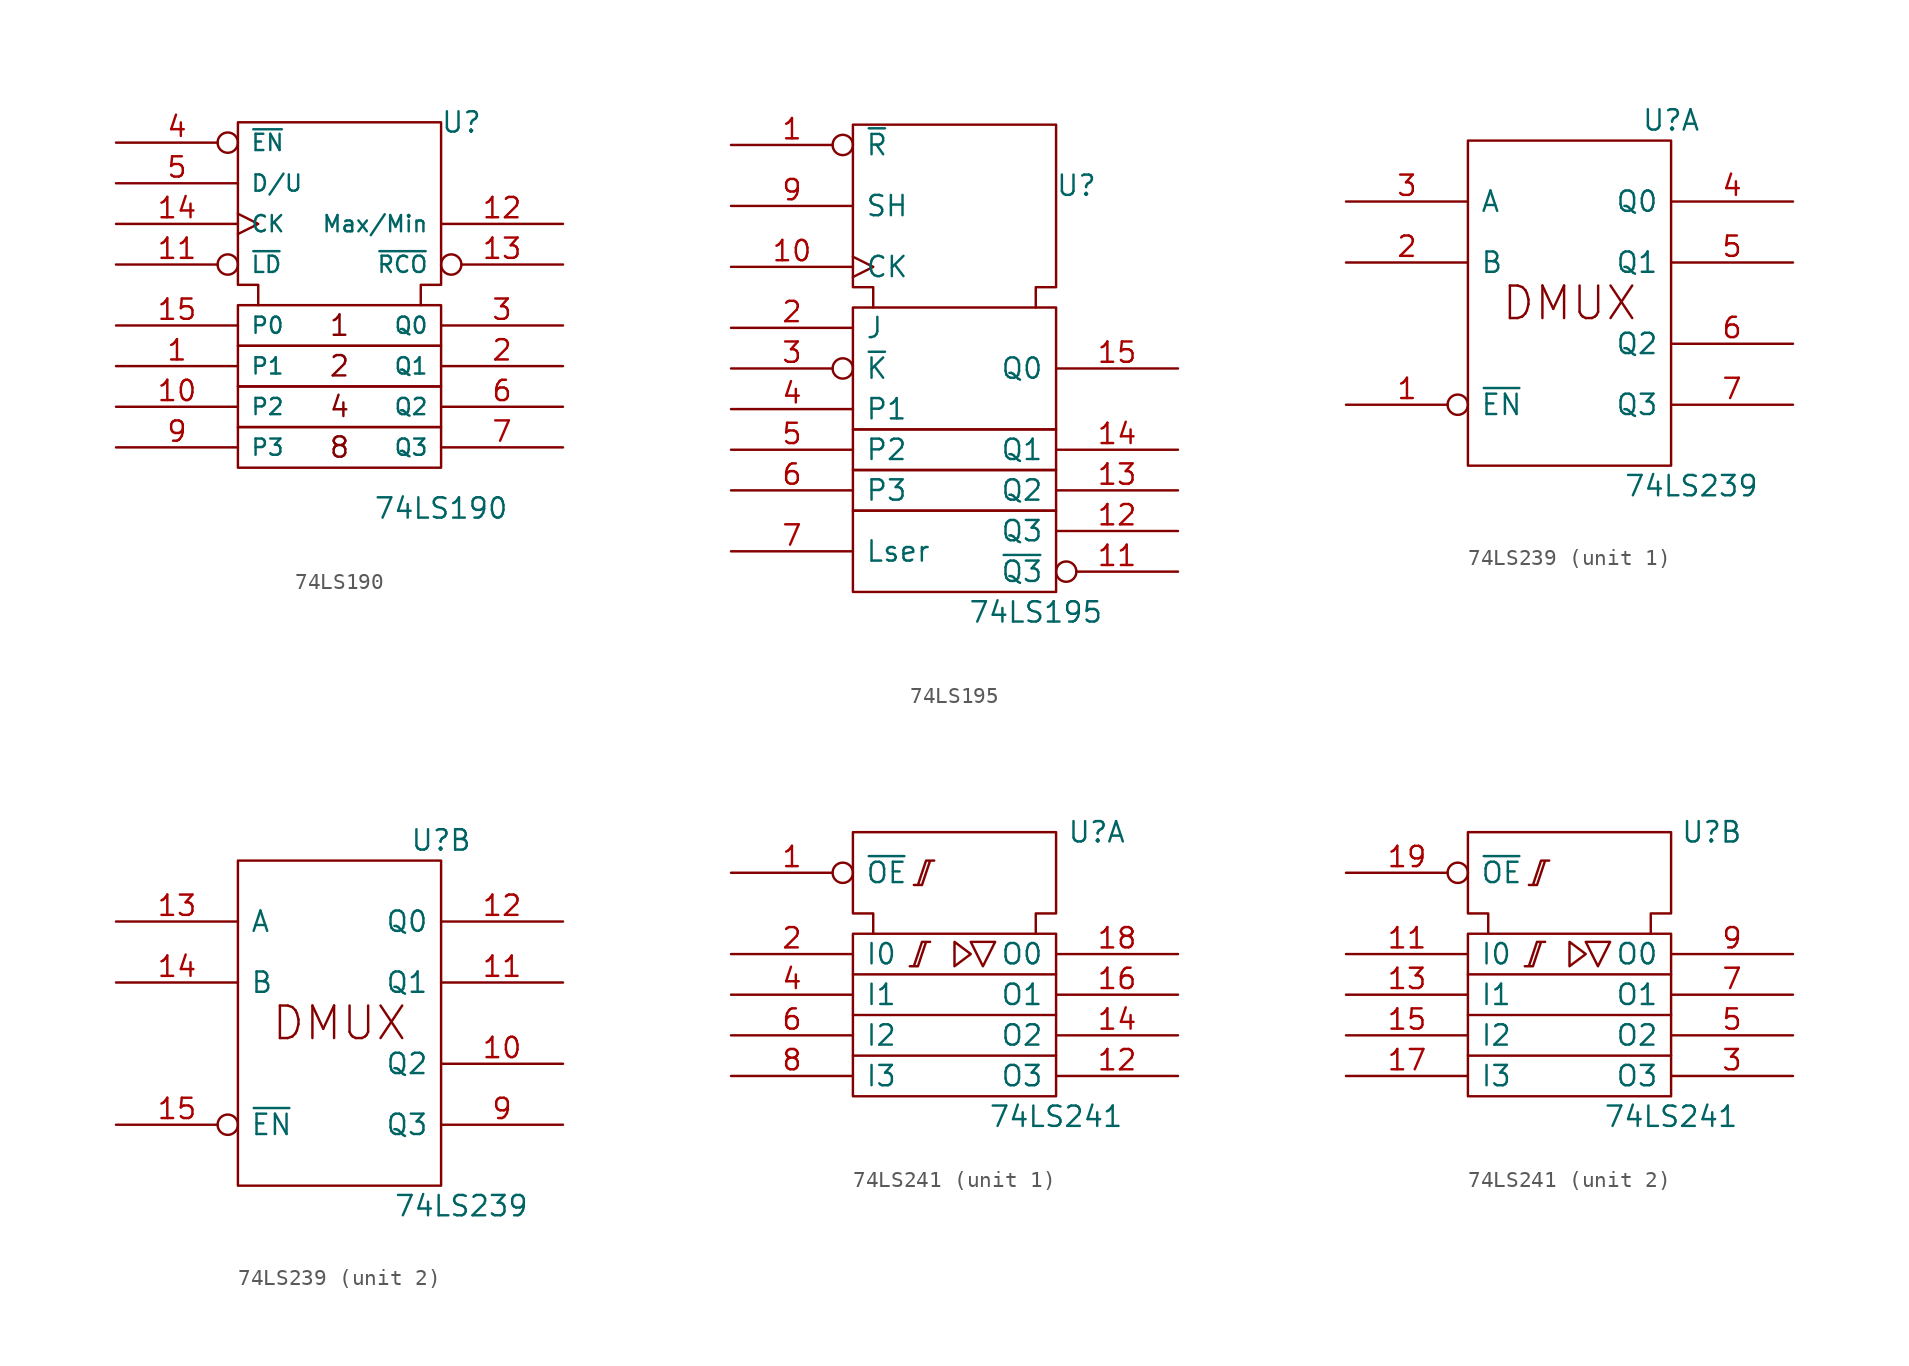
<source format=kicad_sym>
(kicad_symbol_lib
  (version 20231120)
  (generator "kicad_symbol_editor")
  (generator_version "8.0")
  (symbol "74LS190"
    (pin_names
      (offset 0.762))
    (property "Reference" "U"
      (at 7.62 11.43 0)
      (effects (font (size 1.27 1.27))))
    (property "Value" "74LS190"
      (at 6.35 -12.7 0)
      (effects (font (size 1.27 1.27))))
    (symbol "74LS190_0_0"
      (rectangle (start -6.35 -7.62) (end 6.35 -10.16) (stroke (width 0) (type default)) (fill (type none)))
      (rectangle (start -6.35 -5.08) (end 6.35 -7.62) (stroke (width 0) (type default)) (fill (type none)))
      (rectangle (start -6.35 -2.54) (end 6.35 -5.08) (stroke (width 0) (type default)) (fill (type none)))
      (rectangle (start -6.35 0) (end 6.35 -2.54) (stroke (width 0) (type default)) (fill (type none)))
      (polyline (pts (xy -5.08 0) (xy -5.08 1.27) (xy -6.35 1.27) (xy -6.35 11.43) (xy 6.35 11.43) (xy 6.35 1.27) (xy 5.08 1.27) (xy 5.08 0) (xy 5.08 0)) (stroke (width 0) (type default)) (fill (type none)))
      (text "1" (at 0 -1.27 0) (effects (font (size 1.27 1.27))))
      (text "2" (at 0 -3.81 0) (effects (font (size 1.27 1.27))))
      (text "4" (at 0 -6.35 0) (effects (font (size 1.27 1.27))))
      (text "8" (at 0 -8.89 0) (effects (font (size 1.27 1.27))))
      (pin power_in line (at 3.81 11.43 270) (length 0) hide (name "VCC" (effects (font (size 1.016 1.016)))) (number "16" (effects (font (size 1.27 1.27)))))
      (pin power_in line (at 1.27 11.43 270) (length 0) hide (name "GND" (effects (font (size 1.016 1.016)))) (number "8" (effects (font (size 1.27 1.27))))))
    (symbol "74LS190_1_1"
      (pin input line (at -13.97 -3.81 0) (length 7.62) (name "P1" (effects (font (size 1.016 1.016)))) (number "1" (effects (font (size 1.27 1.27)))))
      (pin input line (at -13.97 -6.35 0) (length 7.62) (name "P2" (effects (font (size 1.016 1.016)))) (number "10" (effects (font (size 1.27 1.27)))))
      (pin input inverted (at -13.97 2.54 0) (length 7.62) (name "~{LD}" (effects (font (size 1.016 1.016)))) (number "11" (effects (font (size 1.27 1.27)))))
      (pin output line (at 13.97 5.08 180) (length 7.62) (name "Max/Min" (effects (font (size 1.016 1.016)))) (number "12" (effects (font (size 1.27 1.27)))))
      (pin output inverted (at 13.97 2.54 180) (length 7.62) (name "~{RCO}" (effects (font (size 1.016 1.016)))) (number "13" (effects (font (size 1.27 1.27)))))
      (pin input clock (at -13.97 5.08 0) (length 7.62) (name "CK" (effects (font (size 1.016 1.016)))) (number "14" (effects (font (size 1.27 1.27)))))
      (pin input line (at -13.97 -1.27 0) (length 7.62) (name "P0" (effects (font (size 1.016 1.016)))) (number "15" (effects (font (size 1.27 1.27)))))
      (pin output line (at 13.97 -3.81 180) (length 7.62) (name "Q1" (effects (font (size 1.016 1.016)))) (number "2" (effects (font (size 1.27 1.27)))))
      (pin output line (at 13.97 -1.27 180) (length 7.62) (name "Q0" (effects (font (size 1.016 1.016)))) (number "3" (effects (font (size 1.27 1.27)))))
      (pin input inverted (at -13.97 10.16 0) (length 7.62) (name "~{EN}" (effects (font (size 1.016 1.016)))) (number "4" (effects (font (size 1.27 1.27)))))
      (pin input line (at -13.97 7.62 0) (length 7.62) (name "D/U" (effects (font (size 1.016 1.016)))) (number "5" (effects (font (size 1.27 1.27)))))
      (pin output line (at 13.97 -6.35 180) (length 7.62) (name "Q2" (effects (font (size 1.016 1.016)))) (number "6" (effects (font (size 1.27 1.27)))))
      (pin output line (at 13.97 -8.89 180) (length 7.62) (name "Q3" (effects (font (size 1.016 1.016)))) (number "7" (effects (font (size 1.27 1.27)))))
      (pin input line (at -13.97 -8.89 0) (length 7.62) (name "P3" (effects (font (size 1.016 1.016)))) (number "9" (effects (font (size 1.27 1.27)))))))
  (symbol "74LS195"
    (pin_names
      (offset 0.762))
    (property "Reference" "U"
      (at 7.62 8.89 0)
      (effects (font (size 1.27 1.27))))
    (property "Value" "74LS195"
      (at 5.08 -17.78 0)
      (effects (font (size 1.27 1.27))))
    (symbol "74LS195_0_0"
      (rectangle (start -6.35 -11.43) (end 6.35 -16.51) (stroke (width 0) (type default)) (fill (type none)))
      (rectangle (start -6.35 -8.89) (end 6.35 -11.43) (stroke (width 0) (type default)) (fill (type none)))
      (rectangle (start -6.35 -6.35) (end 6.35 -8.89) (stroke (width 0) (type default)) (fill (type none)))
      (rectangle (start -6.35 1.27) (end 6.35 -6.35) (stroke (width 0) (type default)) (fill (type none)))
      (polyline (pts (xy -5.08 1.27) (xy -5.08 2.54) (xy -6.35 2.54) (xy -6.35 12.7) (xy 6.35 12.7) (xy 6.35 2.54) (xy 5.08 2.54) (xy 5.08 1.27) (xy 5.08 1.27)) (stroke (width 0) (type default)) (fill (type none)))
      (pin power_in line (at -13.97 -13.97 0) (length 7.62) (name "Lser" (effects (font (size 1.27 1.27)))) (number "7" (effects (font (size 1.27 1.27)))))
      (pin power_in line (at 0 12.7 270) (length 0) hide (name "GND" (effects (font (size 1.27 1.27)))) (number "8" (effects (font (size 1.27 1.27))))))
    (symbol "74LS195_0_1"
      (pin power_in line (at 3.81 12.7 270) (length 0) hide (name "Vdd" (effects (font (size 1.27 1.27)))) (number "16" (effects (font (size 1.27 1.27))))))
    (symbol "74LS195_1_1"
      (pin input inverted (at -13.97 11.43 0) (length 7.62) (name "~{R}" (effects (font (size 1.27 1.27)))) (number "1" (effects (font (size 1.27 1.27)))))
      (pin input clock (at -13.97 3.81 0) (length 7.62) (name "CK" (effects (font (size 1.27 1.27)))) (number "10" (effects (font (size 1.27 1.27)))))
      (pin input inverted (at 13.97 -15.24 180) (length 7.62) (name "~{Q3}" (effects (font (size 1.27 1.27)))) (number "11" (effects (font (size 1.27 1.27)))))
      (pin output line (at 13.97 -12.7 180) (length 7.62) (name "Q3" (effects (font (size 1.27 1.27)))) (number "12" (effects (font (size 1.27 1.27)))))
      (pin output line (at 13.97 -10.16 180) (length 7.62) (name "Q2" (effects (font (size 1.27 1.27)))) (number "13" (effects (font (size 1.27 1.27)))))
      (pin output line (at 13.97 -7.62 180) (length 7.62) (name "Q1" (effects (font (size 1.27 1.27)))) (number "14" (effects (font (size 1.27 1.27)))))
      (pin output line (at 13.97 -2.54 180) (length 7.62) (name "Q0" (effects (font (size 1.27 1.27)))) (number "15" (effects (font (size 1.27 1.27)))))
      (pin input line (at -13.97 0 0) (length 7.62) (name "J" (effects (font (size 1.27 1.27)))) (number "2" (effects (font (size 1.27 1.27)))))
      (pin input inverted (at -13.97 -2.54 0) (length 7.62) (name "~{K}" (effects (font (size 1.27 1.27)))) (number "3" (effects (font (size 1.27 1.27)))))
      (pin input line (at -13.97 -5.08 0) (length 7.62) (name "P1" (effects (font (size 1.27 1.27)))) (number "4" (effects (font (size 1.27 1.27)))))
      (pin input line (at -13.97 -7.62 0) (length 7.62) (name "P2" (effects (font (size 1.27 1.27)))) (number "5" (effects (font (size 1.27 1.27)))))
      (pin input line (at -13.97 -10.16 0) (length 7.62) (name "P3" (effects (font (size 1.27 1.27)))) (number "6" (effects (font (size 1.27 1.27)))))
      (pin input line (at -13.97 7.62 0) (length 7.62) (name "SH" (effects (font (size 1.27 1.27)))) (number "9" (effects (font (size 1.27 1.27)))))))
  (symbol "74LS239"
    (pin_names
      (offset 0.762))
    (property "Reference" "U"
      (at 6.35 11.43 0)
      (effects (font (size 1.27 1.27))))
    (property "Value" "74LS239"
      (at 7.62 -11.43 0)
      (effects (font (size 1.27 1.27))))
    (symbol "74LS239_0_0"
      (rectangle (start -6.35 10.16) (end 6.35 -10.16) (stroke (width 0) (type default)) (fill (type none)))
      (text "DMUX" (at 0 0 0) (effects (font (size 2.032 2.032))))
      (pin power_in line (at 0 10.16 270) (length 0) hide (name "VCC" (effects (font (size 1.27 1.27)))) (number "16" (effects (font (size 1.27 1.27)))))
      (pin power_in line (at 0 -10.16 90) (length 0) hide (name "GND" (effects (font (size 1.27 1.27)))) (number "8" (effects (font (size 1.27 1.27))))))
    (symbol "74LS239_1_1"
      (pin input inverted (at -13.97 -6.35 0) (length 7.62) (name "~{EN}" (effects (font (size 1.27 1.27)))) (number "1" (effects (font (size 1.27 1.27)))))
      (pin input line (at -13.97 2.54 0) (length 7.62) (name "B" (effects (font (size 1.27 1.27)))) (number "2" (effects (font (size 1.27 1.27)))))
      (pin input line (at -13.97 6.35 0) (length 7.62) (name "A" (effects (font (size 1.27 1.27)))) (number "3" (effects (font (size 1.27 1.27)))))
      (pin output line (at 13.97 6.35 180) (length 7.62) (name "Q0" (effects (font (size 1.27 1.27)))) (number "4" (effects (font (size 1.27 1.27)))))
      (pin output line (at 13.97 2.54 180) (length 7.62) (name "Q1" (effects (font (size 1.27 1.27)))) (number "5" (effects (font (size 1.27 1.27)))))
      (pin output line (at 13.97 -2.54 180) (length 7.62) (name "Q2" (effects (font (size 1.27 1.27)))) (number "6" (effects (font (size 1.27 1.27)))))
      (pin output line (at 13.97 -6.35 180) (length 7.62) (name "Q3" (effects (font (size 1.27 1.27)))) (number "7" (effects (font (size 1.27 1.27))))))
    (symbol "74LS239_2_1"
      (pin output line (at 13.97 -2.54 180) (length 7.62) (name "Q2" (effects (font (size 1.27 1.27)))) (number "10" (effects (font (size 1.27 1.27)))))
      (pin output line (at 13.97 2.54 180) (length 7.62) (name "Q1" (effects (font (size 1.27 1.27)))) (number "11" (effects (font (size 1.27 1.27)))))
      (pin output line (at 13.97 6.35 180) (length 7.62) (name "Q0" (effects (font (size 1.27 1.27)))) (number "12" (effects (font (size 1.27 1.27)))))
      (pin input line (at -13.97 6.35 0) (length 7.62) (name "A" (effects (font (size 1.27 1.27)))) (number "13" (effects (font (size 1.27 1.27)))))
      (pin input line (at -13.97 2.54 0) (length 7.62) (name "B" (effects (font (size 1.27 1.27)))) (number "14" (effects (font (size 1.27 1.27)))))
      (pin input inverted (at -13.97 -6.35 0) (length 7.62) (name "~{EN}" (effects (font (size 1.27 1.27)))) (number "15" (effects (font (size 1.27 1.27)))))
      (pin output line (at 13.97 -6.35 180) (length 7.62) (name "Q3" (effects (font (size 1.27 1.27)))) (number "9" (effects (font (size 1.27 1.27)))))))
  (symbol "74LS241"
    (pin_names
      (offset 0.762))
    (property "Reference" "U"
      (at 8.89 10.16 0)
      (effects (font (size 1.27 1.27))))
    (property "Value" "74LS241"
      (at 6.35 -7.62 0)
      (effects (font (size 1.27 1.27))))
    (symbol "74LS241_0_0"
      (polyline (pts (xy 1.016 3.302) (xy 2.54 3.302) (xy 1.778 1.778) (xy 1.016 3.302) (xy 1.016 3.302)) (stroke (width 0) (type default)) (fill (type none)))
      (pin power_in line (at 1.27 10.16 270) (length 0) hide (name "GND" (effects (font (size 1.27 1.27)))) (number "10" (effects (font (size 1.27 1.27)))))
      (pin power_in line (at 5.08 10.16 270) (length 0) hide (name "VCC" (effects (font (size 1.27 1.27)))) (number "20" (effects (font (size 1.27 1.27))))))
    (symbol "74LS241_0_1"
      (rectangle (start -6.35 3.81) (end 6.35 -6.35) (stroke (width 0) (type default)) (fill (type none)))
      (polyline (pts (xy -6.35 -1.27) (xy 6.35 -1.27) (xy 6.35 -1.27)) (stroke (width 0) (type default)) (fill (type none)))
      (polyline (pts (xy 6.35 -3.81) (xy -6.35 -3.81) (xy -6.35 -3.81)) (stroke (width 0) (type default)) (fill (type none)))
      (polyline (pts (xy 6.35 1.27) (xy -6.35 1.27) (xy -6.35 1.27)) (stroke (width 0) (type default)) (fill (type none)))
      (polyline (pts (xy 0 3.302) (xy 0 1.778) (xy 1.016 2.54) (xy 0 3.302) (xy 0 3.302)) (stroke (width 0) (type default)) (fill (type none)))
      (polyline (pts (xy -2.794 1.778) (xy -2.286 1.778) (xy -1.778 3.302) (xy -1.524 3.302) (xy -2.032 3.302) (xy -2.54 1.778) (xy -2.54 1.778)) (stroke (width 0) (type default)) (fill (type none)))
      (polyline (pts (xy -2.54 6.858) (xy -2.032 6.858) (xy -1.524 8.382) (xy -1.27 8.382) (xy -1.778 8.382) (xy -2.286 6.858) (xy -2.286 6.858)) (stroke (width 0) (type default)) (fill (type none)))
      (polyline (pts (xy -5.08 3.81) (xy -5.08 5.08) (xy -6.35 5.08) (xy -6.35 10.16) (xy 6.35 10.16) (xy 6.35 5.08) (xy 5.08 5.08) (xy 5.08 3.81) (xy 5.08 3.81)) (stroke (width 0) (type default)) (fill (type none))))
    (symbol "74LS241_1_1"
      (pin input inverted (at -13.97 7.62 0) (length 7.62) (name "~{OE}" (effects (font (size 1.27 1.27)))) (number "1" (effects (font (size 1.27 1.27)))))
      (pin tri_state line (at 13.97 -5.08 180) (length 7.62) (name "O3" (effects (font (size 1.27 1.27)))) (number "12" (effects (font (size 1.27 1.27)))))
      (pin tri_state line (at 13.97 -2.54 180) (length 7.62) (name "O2" (effects (font (size 1.27 1.27)))) (number "14" (effects (font (size 1.27 1.27)))))
      (pin tri_state line (at 13.97 0 180) (length 7.62) (name "O1" (effects (font (size 1.27 1.27)))) (number "16" (effects (font (size 1.27 1.27)))))
      (pin tri_state line (at 13.97 2.54 180) (length 7.62) (name "O0" (effects (font (size 1.27 1.27)))) (number "18" (effects (font (size 1.27 1.27)))))
      (pin input line (at -13.97 2.54 0) (length 7.62) (name "I0" (effects (font (size 1.27 1.27)))) (number "2" (effects (font (size 1.27 1.27)))))
      (pin input line (at -13.97 0 0) (length 7.62) (name "I1" (effects (font (size 1.27 1.27)))) (number "4" (effects (font (size 1.27 1.27)))))
      (pin input line (at -13.97 -2.54 0) (length 7.62) (name "I2" (effects (font (size 1.27 1.27)))) (number "6" (effects (font (size 1.27 1.27)))))
      (pin input line (at -13.97 -5.08 0) (length 7.62) (name "I3" (effects (font (size 1.27 1.27)))) (number "8" (effects (font (size 1.27 1.27))))))
    (symbol "74LS241_2_1"
      (pin input line (at -13.97 2.54 0) (length 7.62) (name "I0" (effects (font (size 1.27 1.27)))) (number "11" (effects (font (size 1.27 1.27)))))
      (pin input line (at -13.97 0 0) (length 7.62) (name "I1" (effects (font (size 1.27 1.27)))) (number "13" (effects (font (size 1.27 1.27)))))
      (pin input line (at -13.97 -2.54 0) (length 7.62) (name "I2" (effects (font (size 1.27 1.27)))) (number "15" (effects (font (size 1.27 1.27)))))
      (pin input line (at -13.97 -5.08 0) (length 7.62) (name "I3" (effects (font (size 1.27 1.27)))) (number "17" (effects (font (size 1.27 1.27)))))
      (pin input inverted (at -13.97 7.62 0) (length 7.62) (name "~{OE}" (effects (font (size 1.27 1.27)))) (number "19" (effects (font (size 1.27 1.27)))))
      (pin tri_state line (at 13.97 -5.08 180) (length 7.62) (name "O3" (effects (font (size 1.27 1.27)))) (number "3" (effects (font (size 1.27 1.27)))))
      (pin tri_state line (at 13.97 -2.54 180) (length 7.62) (name "O2" (effects (font (size 1.27 1.27)))) (number "5" (effects (font (size 1.27 1.27)))))
      (pin tri_state line (at 13.97 0 180) (length 7.62) (name "O1" (effects (font (size 1.27 1.27)))) (number "7" (effects (font (size 1.27 1.27)))))
      (pin tri_state line (at 13.97 2.54 180) (length 7.62) (name "O0" (effects (font (size 1.27 1.27)))) (number "9" (effects (font (size 1.27 1.27))))))))
</source>
